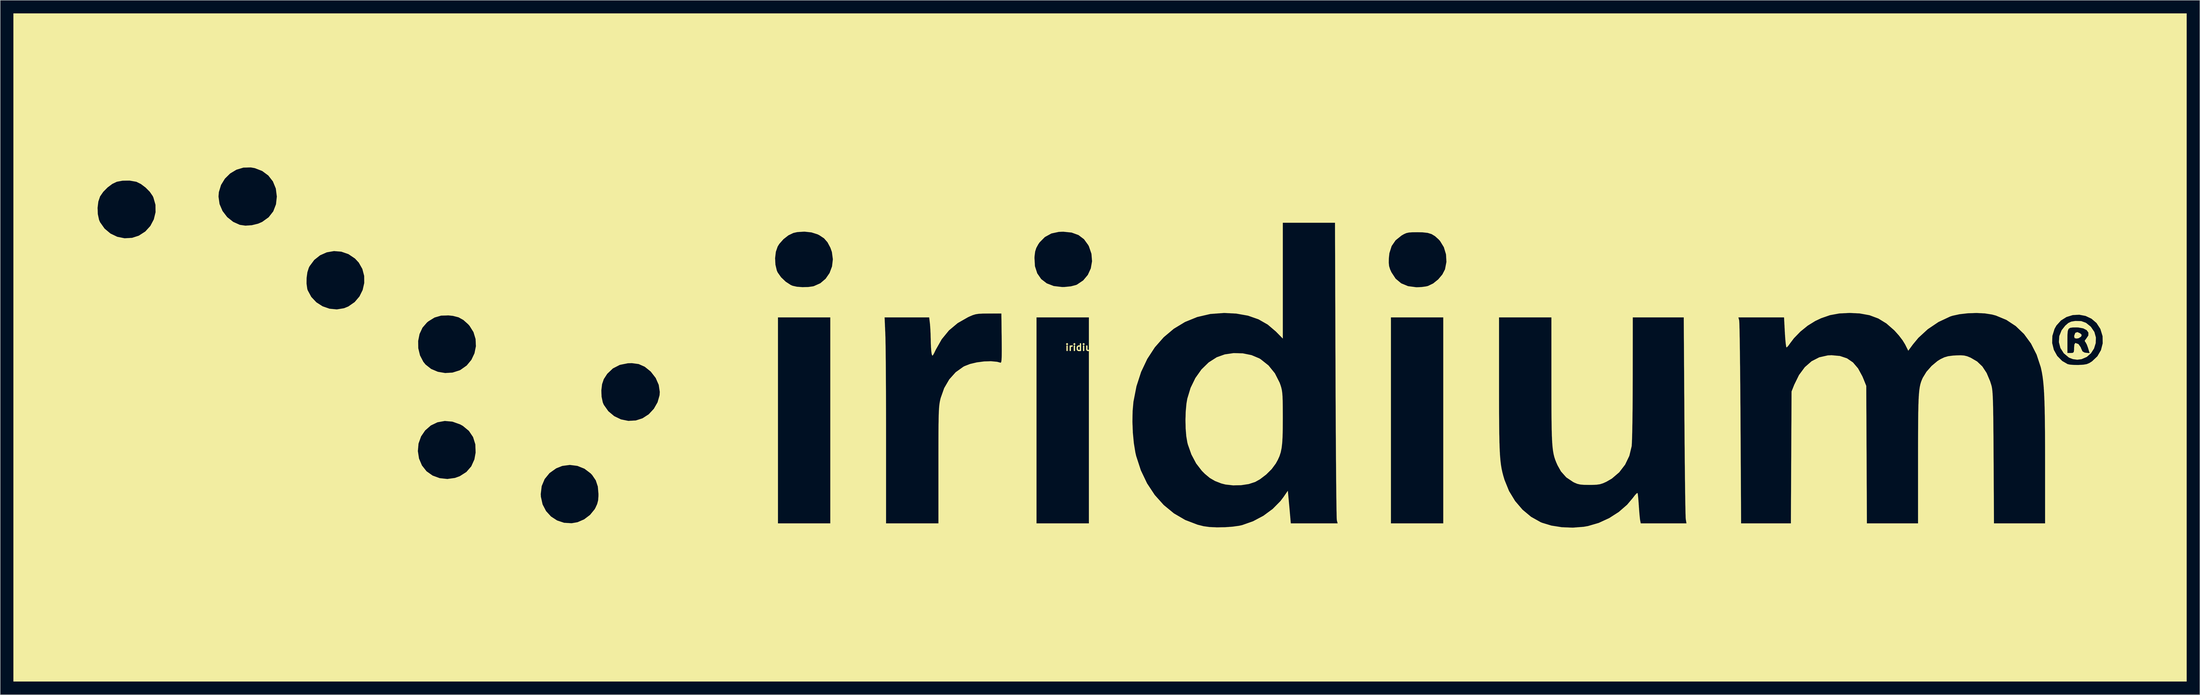
<source format=kicad_pcb>
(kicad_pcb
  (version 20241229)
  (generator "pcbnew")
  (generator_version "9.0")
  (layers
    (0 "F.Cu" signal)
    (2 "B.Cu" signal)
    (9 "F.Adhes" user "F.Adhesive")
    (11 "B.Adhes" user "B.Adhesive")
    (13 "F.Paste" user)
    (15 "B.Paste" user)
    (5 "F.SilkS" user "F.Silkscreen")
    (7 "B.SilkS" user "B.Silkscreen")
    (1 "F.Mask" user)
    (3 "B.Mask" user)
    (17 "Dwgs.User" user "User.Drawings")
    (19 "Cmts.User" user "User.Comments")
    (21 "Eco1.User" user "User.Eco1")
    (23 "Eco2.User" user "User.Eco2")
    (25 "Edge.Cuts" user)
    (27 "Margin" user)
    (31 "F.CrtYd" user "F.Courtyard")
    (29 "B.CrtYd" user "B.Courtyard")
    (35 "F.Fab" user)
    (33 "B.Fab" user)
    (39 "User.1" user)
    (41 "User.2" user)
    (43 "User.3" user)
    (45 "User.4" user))
  (footprint "iridium100dpi"
    (layer "F.Cu")
    (at 247.655 76.205)
    (property "Reference" "iridium100dpi" (at 0 0 0) (layer "F.SilkS") (effects (font (size 1.524 1.524) (thickness 0.3))))
    (attr through_hole)
    (fp_poly (pts (xy 223.388 -3.21) (xy 223.719 -2.881) (xy 223.635 -2.559) (xy 223.543 -2.44) (xy 223.033 -2.117) (xy 222.583 -2.032) (xy 222.14 -2.11) (xy 222.022 -2.449) (xy 222.043 -2.728) (xy 222.276 -3.327) (xy 222.748 -3.494) (xy 223.388 -3.21)) (stroke (width 0.01) (type solid)) (fill yes) (layer "F.SilkS"))
    (fp_poly (pts (xy 32.53 1.35) (xy 34.522 1.754) (xy 36.293 2.499) (xy 36.592 2.677) (xy 38.397 4.111) (xy 39.849 5.904) (xy 40.932 8.038) (xy 41.139 8.608) (xy 41.305 9.146) (xy 41.431 9.698) (xy 41.524 10.34) (xy 41.587 11.15) (xy 41.627 12.206) (xy 41.648 13.583) (xy 41.655 15.36) (xy 41.656 16.225) (xy 41.645 18.474) (xy 41.603 20.292) (xy 41.52 21.757) (xy 41.381 22.947) (xy 41.176 23.94) (xy 40.893 24.812) (xy 40.518 25.64) (xy 40.056 26.479) (xy 39.119 27.747) (xy 37.863 28.992) (xy 36.459 30.061) (xy 35.361 30.678) (xy 33.898 31.155) (xy 32.158 31.418) (xy 30.328 31.457) (xy 28.596 31.265) (xy 27.644 31.023) (xy 26.211 30.464) (xy 25.022 29.773) (xy 23.888 28.828) (xy 23.196 28.13) (xy 21.905 26.455) (xy 20.827 24.421) (xy 20.027 22.159) (xy 19.906 21.691) (xy 19.66 20.245) (xy 19.516 18.468) (xy 19.475 16.525) (xy 19.536 14.584) (xy 19.7 12.811) (xy 19.892 11.684) (xy 20.64 9.219) (xy 21.731 6.977) (xy 23.118 5.023) (xy 24.756 3.423) (xy 26.599 2.241) (xy 26.6 2.241) (xy 28.432 1.587) (xy 30.454 1.293) (xy 32.53 1.35)) (stroke (width 0.01) (type solid)) (fill yes) (layer "F.SilkS"))
    (fp_poly (pts (xy 223.629 -6.004) (xy 224.705 -5.612) (xy 225.718 -4.799) (xy 225.854 -4.658) (xy 226.618 -3.527) (xy 226.962 -2.275) (xy 226.923 -0.991) (xy 226.54 0.235) (xy 225.849 1.314) (xy 224.889 2.156) (xy 223.697 2.673) (xy 222.707 2.793) (xy 221.723 2.66) (xy 220.852 2.326) (xy 220.819 2.307) (xy 219.645 1.327) (xy 218.88 0.125) (xy 218.536 -1.209) (xy 218.567 -1.698) (xy 220.472 -1.698) (xy 220.472 -1.497) (xy 220.472 1.27) (xy 221.234 1.27) (xy 221.703 1.237) (xy 221.924 1.046) (xy 221.992 0.558) (xy 221.996 0.127) (xy 222.063 -0.67) (xy 222.26 -1.003) (xy 222.314 -1.012) (xy 222.99 -0.763) (xy 223.497 -0.047) (xy 223.627 0.296) (xy 223.913 0.902) (xy 224.36 1.166) (xy 224.719 1.222) (xy 225.537 1.301) (xy 225.176 0.102) (xy 224.908 -0.635) (xy 224.635 -1.156) (xy 224.519 -1.281) (xy 224.418 -1.544) (xy 224.748 -1.99) (xy 224.76 -2.002) (xy 225.245 -2.723) (xy 225.265 -3.389) (xy 224.863 -3.95) (xy 224.082 -4.356) (xy 222.963 -4.558) (xy 222.541 -4.572) (xy 221.673 -4.562) (xy 221.089 -4.477) (xy 220.734 -4.233) (xy 220.55 -3.744) (xy 220.482 -2.927) (xy 220.472 -1.698) (xy 218.567 -1.698) (xy 218.622 -2.585) (xy 219.149 -3.915) (xy 219.98 -4.968) (xy 220.68 -5.572) (xy 221.341 -5.886) (xy 222.222 -6.03) (xy 222.325 -6.039) (xy 223.629 -6.004)) (stroke (width 0.01) (type solid)) (fill yes) (layer "F.SilkS"))
    (fp_poly (pts (xy 247.65 76.2) (xy -247.65 76.2) (xy -247.65 33.439) (xy -127.468 33.439) (xy -127.437 34.058) (xy -127.047 35.812) (xy -126.255 37.33) (xy -125.129 38.566) (xy -123.738 39.472) (xy -122.149 40) (xy -120.431 40.104) (xy -119.081 39.87) (xy -117.573 39.218) (xy -116.226 38.199) (xy -115.191 36.933) (xy -115.008 36.61) (xy -114.599 35.714) (xy -114.383 34.88) (xy -114.309 33.868) (xy -114.306 33.435) (xy -114.454 31.725) (xy -114.918 30.32) (xy -115.745 29.098) (xy -116.1 28.719) (xy -117.501 27.66) (xy -119.113 27.014) (xy -120.833 26.796) (xy -122.556 27.021) (xy -123.943 27.571) (xy -125.468 28.657) (xy -126.578 30.023) (xy -127.252 31.63) (xy -127.468 33.439) (xy -247.65 33.439) (xy -247.65 23.645) (xy -155.476 23.645) (xy -155.211 25.348) (xy -154.545 26.92) (xy -153.496 28.251) (xy -153.494 28.253) (xy -152.109 29.232) (xy -150.492 29.822) (xy -148.757 30.007) (xy -147.016 29.77) (xy -145.913 29.371) (xy -144.414 28.415) (xy -143.3 27.133) (xy -142.584 25.546) (xy -142.302 23.988) (xy -142.37 22.101) (xy -142.886 20.44) (xy -143.835 19.031) (xy -145.201 17.901) (xy -145.834 17.547) (xy -147.591 16.921) (xy -149.336 16.768) (xy -151 17.065) (xy -152.515 17.792) (xy -153.811 18.927) (xy -154.739 20.29) (xy -155.325 21.922) (xy -155.476 23.645) (xy -247.65 23.645) (xy -247.65 9.785) (xy -113.66 9.785) (xy -113.606 11.239) (xy -113.33 12.54) (xy -113.102 13.081) (xy -112.064 14.55) (xy -110.729 15.672) (xy -109.181 16.418) (xy -107.507 16.756) (xy -105.791 16.659) (xy -104.267 16.166) (xy -102.856 15.254) (xy -101.688 14) (xy -100.84 12.519) (xy -100.386 10.926) (xy -100.33 10.16) (xy -100.573 8.53) (xy -101.269 6.951) (xy -102.365 5.538) (xy -102.457 5.446) (xy -103.765 4.396) (xy -105.138 3.788) (xy -106.705 3.575) (xy -107.625 3.605) (xy -109.451 3.974) (xy -111.02 4.78) (xy -112.312 6.009) (xy -113.101 7.226) (xy -113.492 8.38) (xy -113.66 9.785) (xy -247.65 9.785) (xy -247.65 -1.464) (xy -155.413 -1.464) (xy -155.38 0.2) (xy -154.988 1.814) (xy -154.232 3.271) (xy -153.719 3.906) (xy -152.452 4.906) (xy -150.922 5.557) (xy -149.248 5.84) (xy -147.552 5.736) (xy -145.955 5.227) (xy -145.766 5.133) (xy -144.34 4.126) (xy -143.268 2.832) (xy -142.562 1.337) (xy -142.239 -0.274) (xy -142.311 -1.916) (xy -142.793 -3.503) (xy -143.7 -4.95) (xy -144.025 -5.311) (xy -145.105 -6.273) (xy -146.162 -6.858) (xy -73.406 -6.858) (xy -73.406 40.132) (xy -61.468 40.132) (xy -61.468 -6.858) (xy -49.101 -6.858) (xy -48.935 -3.008) (xy -48.908 -2.126) (xy -48.882 -0.786) (xy -48.858 0.963) (xy -48.836 3.072) (xy -48.817 5.491) (xy -48.8 8.171) (xy -48.787 11.062) (xy -48.776 14.115) (xy -48.77 17.281) (xy -48.768 20.487) (xy -48.768 40.132) (xy -36.83 40.132) (xy -36.83 26.838) (xy -36.829 23.878) (xy -36.825 21.38) (xy -36.817 19.295) (xy -36.802 17.577) (xy -36.78 16.179) (xy -36.749 15.054) (xy -36.707 14.154) (xy -36.653 13.433) (xy -36.584 12.843) (xy -36.5 12.338) (xy -36.399 11.87) (xy -36.317 11.539) (xy -35.515 9.271) (xy -34.361 7.291) (xy -32.893 5.653) (xy -31.15 4.407) (xy -30.896 4.272) (xy -29.619 3.774) (xy -28.083 3.411) (xy -26.441 3.197) (xy -24.848 3.147) (xy -23.458 3.277) (xy -22.684 3.483) (xy -22.572 3.448) (xy -22.489 3.209) (xy -22.433 2.712) (xy -22.401 1.902) (xy -22.39 0.725) (xy -22.398 -0.872) (xy -22.411 -2.066) (xy -22.468 -6.858) (xy -14.478 -6.858) (xy -14.478 40.132) (xy -2.54 40.132) (xy -2.54 16.948) (xy 7.379 16.948) (xy 7.476 19.437) (xy 7.704 21.839) (xy 8.054 23.984) (xy 8.235 24.765) (xy 9.301 28.038) (xy 10.72 31.011) (xy 12.467 33.656) (xy 14.517 35.948) (xy 16.844 37.86) (xy 19.423 39.366) (xy 22.229 40.439) (xy 23.621 40.787) (xy 24.961 40.968) (xy 26.619 41.042) (xy 28.415 41.015) (xy 30.173 40.892) (xy 31.714 40.679) (xy 32.385 40.53) (xy 34.881 39.651) (xy 37.234 38.401) (xy 39.345 36.846) (xy 41.114 35.056) (xy 41.803 34.146) (xy 42.799 32.694) (xy 42.999 34.826) (xy 43.115 36.081) (xy 43.234 37.386) (xy 43.33 38.474) (xy 43.337 38.544) (xy 43.474 40.132) (xy 54.161 40.132) (xy 53.974 39.434) (xy 53.95 39.098) (xy 53.925 38.285) (xy 53.9 37.025) (xy 53.874 35.348) (xy 53.849 33.284) (xy 53.823 30.865) (xy 53.799 28.12) (xy 53.774 25.08) (xy 53.751 21.774) (xy 53.73 18.235) (xy 53.709 14.491) (xy 53.691 10.574) (xy 53.675 6.513) (xy 53.67 5.144) (xy 53.628 -6.858) (xy 66.294 -6.858) (xy 66.294 40.132) (xy 78.232 40.132) (xy 78.232 -6.858) (xy 90.932 -6.858) (xy 90.933 8.572) (xy 90.935 12.041) (xy 90.943 15.046) (xy 90.959 17.631) (xy 90.986 19.84) (xy 91.027 21.717) (xy 91.083 23.307) (xy 91.158 24.652) (xy 91.254 25.797) (xy 91.374 26.787) (xy 91.519 27.664) (xy 91.694 28.474) (xy 91.899 29.26) (xy 92.139 30.066) (xy 92.194 30.241) (xy 93.212 32.752) (xy 94.596 35.031) (xy 96.291 37.014) (xy 98.243 38.642) (xy 100.4 39.853) (xy 100.755 40.001) (xy 102.862 40.639) (xy 105.248 41.012) (xy 107.75 41.109) (xy 110.206 40.918) (xy 111.199 40.746) (xy 113.66 40.029) (xy 116.04 38.935) (xy 118.232 37.53) (xy 120.126 35.882) (xy 121.395 34.38) (xy 121.905 33.716) (xy 122.302 33.292) (xy 122.5 33.197) (xy 122.501 33.2) (xy 122.565 33.523) (xy 122.645 34.238) (xy 122.729 35.229) (xy 122.787 36.068) (xy 122.871 37.258) (xy 122.962 38.325) (xy 123.047 39.124) (xy 123.093 39.434) (xy 123.23 40.132) (xy 133.66 40.132) (xy 133.497 39.179) (xy 133.471 38.788) (xy 133.443 37.926) (xy 133.414 36.632) (xy 133.383 34.946) (xy 133.352 32.903) (xy 133.321 30.544) (xy 133.291 27.905) (xy 133.261 25.026) (xy 133.233 21.944) (xy 133.207 18.697) (xy 133.185 15.684) (xy 133.036 -6.858) (xy 145.483 -6.858) (xy 145.663 -6.16) (xy 145.69 -5.807) (xy 145.72 -4.983) (xy 145.751 -3.727) (xy 145.782 -2.074) (xy 145.813 -0.063) (xy 145.843 2.269) (xy 145.873 4.885) (xy 145.902 7.747) (xy 145.928 10.819) (xy 145.952 14.062) (xy 145.973 17.335) (xy 146.103 40.132) (xy 157.454 40.132) (xy 157.609 10.033) (xy 158.215 8.509) (xy 159.303 6.292) (xy 160.625 4.504) (xy 162.167 3.154) (xy 163.914 2.256) (xy 165.851 1.82) (xy 166.721 1.778) (xy 168.623 1.951) (xy 170.237 2.489) (xy 171.602 3.423) (xy 172.758 4.782) (xy 173.745 6.596) (xy 174.016 7.239) (xy 174.625 8.763) (xy 174.774 40.132) (xy 186.436 40.132) (xy 186.436 25.413) (xy 186.438 22.124) (xy 186.444 19.301) (xy 186.457 16.902) (xy 186.48 14.884) (xy 186.516 13.204) (xy 186.565 11.821) (xy 186.632 10.692) (xy 186.719 9.774) (xy 186.827 9.026) (xy 186.96 8.406) (xy 187.12 7.87) (xy 187.309 7.376) (xy 187.515 6.914) (xy 188.357 5.543) (xy 189.527 4.216) (xy 190.861 3.102) (xy 191.551 2.672) (xy 192.421 2.257) (xy 193.28 2.006) (xy 194.337 1.868) (xy 194.979 1.826) (xy 196.105 1.79) (xy 196.922 1.844) (xy 197.623 2.016) (xy 198.405 2.336) (xy 198.428 2.347) (xy 199.893 3.205) (xy 201.086 4.342) (xy 202.057 5.822) (xy 202.854 7.709) (xy 203.131 8.582) (xy 203.223 8.938) (xy 203.301 9.37) (xy 203.368 9.919) (xy 203.424 10.625) (xy 203.471 11.531) (xy 203.511 12.677) (xy 203.544 14.105) (xy 203.572 15.855) (xy 203.596 17.97) (xy 203.617 20.49) (xy 203.637 23.457) (xy 203.647 25.082) (xy 203.734 40.132) (xy 215.392 40.132) (xy 215.388 26.226) (xy 215.383 22.588) (xy 215.367 19.415) (xy 215.34 16.665) (xy 215.3 14.295) (xy 215.243 12.264) (xy 215.169 10.527) (xy 215.076 9.042) (xy 214.961 7.768) (xy 214.822 6.661) (xy 214.658 5.678) (xy 214.466 4.778) (xy 214.384 4.445) (xy 213.453 1.625) (xy 212.177 -0.889) (xy 212.097 -0.999) (xy 216.996 -0.999) (xy 217.377 0.554) (xy 218.148 1.945) (xy 219.276 3.087) (xy 220.523 3.81) (xy 221.057 3.923) (xy 221.921 3.99) (xy 222.939 3.999) (xy 223.055 3.996) (xy 224.125 3.938) (xy 224.871 3.809) (xy 225.478 3.562) (xy 226.092 3.17) (xy 227.302 2.027) (xy 228.12 0.627) (xy 228.523 -0.942) (xy 228.488 -2.587) (xy 227.991 -4.219) (xy 227.981 -4.239) (xy 227.107 -5.58) (xy 225.955 -6.565) (xy 224.61 -7.195) (xy 223.157 -7.469) (xy 221.682 -7.387) (xy 220.268 -6.949) (xy 219.002 -6.156) (xy 217.967 -5.007) (xy 217.535 -4.239) (xy 217.038 -2.626) (xy 216.996 -0.999) (xy 212.097 -0.999) (xy 210.583 -3.067) (xy 208.699 -4.878) (xy 206.555 -6.291) (xy 204.179 -7.275) (xy 203.298 -7.513) (xy 201.651 -7.771) (xy 199.754 -7.864) (xy 197.777 -7.798) (xy 195.889 -7.583) (xy 194.259 -7.226) (xy 193.741 -7.055) (xy 191.094 -5.813) (xy 188.649 -4.167) (xy 186.502 -2.191) (xy 185.274 -0.709) (xy 184.203 0.746) (xy 183.478 -0.705) (xy 182.905 -1.639) (xy 182.072 -2.729) (xy 181.11 -3.805) (xy 180.975 -3.943) (xy 179.222 -5.476) (xy 177.386 -6.602) (xy 175.377 -7.353) (xy 173.108 -7.765) (xy 170.841 -7.874) (xy 168.468 -7.755) (xy 166.364 -7.368) (xy 164.342 -6.67) (xy 162.991 -6.031) (xy 161.273 -4.966) (xy 159.602 -3.607) (xy 158.143 -2.101) (xy 157.333 -1.031) (xy 156.899 -0.431) (xy 156.56 -0.059) (xy 156.456 0) (xy 156.373 -0.238) (xy 156.278 -0.892) (xy 156.183 -1.868) (xy 156.098 -3.075) (xy 156.078 -3.429) (xy 155.895 -6.858) (xy 145.483 -6.858) (xy 133.036 -6.858) (xy 121.412 -6.858) (xy 121.404 6.921) (xy 121.398 9.586) (xy 121.384 12.15) (xy 121.363 14.558) (xy 121.335 16.756) (xy 121.302 18.688) (xy 121.264 20.299) (xy 121.222 21.536) (xy 121.177 22.344) (xy 121.157 22.545) (xy 120.63 24.726) (xy 119.668 26.73) (xy 118.323 28.483) (xy 116.647 29.913) (xy 115.404 30.633) (xy 114.622 30.984) (xy 113.928 31.199) (xy 113.149 31.311) (xy 112.114 31.351) (xy 111.506 31.354) (xy 110.301 31.337) (xy 109.443 31.265) (xy 108.773 31.11) (xy 108.131 30.843) (xy 107.823 30.686) (xy 106.26 29.633) (xy 105.052 28.276) (xy 104.272 26.882) (xy 103.99 26.248) (xy 103.75 25.643) (xy 103.546 25.023) (xy 103.377 24.344) (xy 103.239 23.561) (xy 103.129 22.632) (xy 103.044 21.512) (xy 102.98 20.157) (xy 102.935 18.524) (xy 102.905 16.567) (xy 102.887 14.245) (xy 102.878 11.512) (xy 102.875 8.324) (xy 102.874 7.556) (xy 102.87 -6.858) (xy 90.932 -6.858) (xy 78.232 -6.858) (xy 66.294 -6.858) (xy 53.628 -6.858) (xy 53.585 -19.33) (xy 65.799 -19.33) (xy 65.88 -18.539) (xy 66.107 -17.81) (xy 66.413 -17.139) (xy 67.374 -15.677) (xy 68.633 -14.625) (xy 70.194 -13.977) (xy 72.066 -13.73) (xy 72.234 -13.727) (xy 73.267 -13.775) (xy 74.271 -13.91) (xy 74.736 -14.018) (xy 75.922 -14.589) (xy 77.066 -15.51) (xy 78.017 -16.635) (xy 78.626 -17.818) (xy 78.627 -17.823) (xy 78.952 -19.52) (xy 78.853 -21.245) (xy 78.358 -22.876) (xy 77.494 -24.287) (xy 77.152 -24.663) (xy 76.349 -25.384) (xy 75.567 -25.859) (xy 74.666 -26.136) (xy 73.507 -26.263) (xy 72.371 -26.287) (xy 71.207 -26.276) (xy 70.399 -26.22) (xy 69.797 -26.087) (xy 69.25 -25.846) (xy 68.695 -25.52) (xy 67.367 -24.452) (xy 66.459 -23.131) (xy 65.948 -21.517) (xy 65.825 -20.404) (xy 65.799 -19.33) (xy 53.585 -19.33) (xy 53.554 -28.448) (xy 41.656 -28.448) (xy 41.656 -2.028) (xy 40.069 -3.643) (xy 38.216 -5.221) (xy 36.117 -6.419) (xy 33.735 -7.251) (xy 31.034 -7.73) (xy 28.298 -7.87) (xy 25.133 -7.637) (xy 22.149 -6.944) (xy 19.37 -5.815) (xy 16.818 -4.272) (xy 14.518 -2.337) (xy 12.493 -0.035) (xy 10.766 2.612) (xy 9.361 5.581) (xy 8.302 8.849) (xy 7.612 12.387) (xy 7.421 14.542) (xy 7.379 16.948) (xy -2.54 16.948) (xy -2.54 -6.858) (xy -14.478 -6.858) (xy -22.468 -6.858) (xy -22.479 -7.747) (xy -25.4 -7.74) (xy -26.694 -7.728) (xy -27.625 -7.682) (xy -28.341 -7.575) (xy -28.987 -7.383) (xy -29.709 -7.079) (xy -30.083 -6.905) (xy -32.437 -5.561) (xy -34.424 -3.897) (xy -36.083 -1.87) (xy -37.432 0.508) (xy -37.838 1.349) (xy -38.085 1.781) (xy -38.229 1.858) (xy -38.327 1.632) (xy -38.382 1.397) (xy -38.459 0.806) (xy -38.525 -0.131) (xy -38.57 -1.253) (xy -38.58 -1.778) (xy -38.613 -3.026) (xy -38.671 -4.257) (xy -38.745 -5.262) (xy -38.773 -5.524) (xy -38.933 -6.858) (xy -49.101 -6.858) (xy -61.468 -6.858) (xy -73.406 -6.858) (xy -146.162 -6.858) (xy -146.199 -6.878) (xy -147.487 -7.208) (xy -148.484 -7.311) (xy -150.191 -7.26) (xy -151.664 -6.83) (xy -153.056 -5.972) (xy -153.389 -5.702) (xy -154.414 -4.521) (xy -155.09 -3.073) (xy -155.413 -1.464) (xy -247.65 -1.464) (xy -247.65 -14.522) (xy -180.842 -14.522) (xy -180.68 -13.359) (xy -180.58 -13.034) (xy -179.761 -11.518) (xy -178.601 -10.288) (xy -177.187 -9.381) (xy -175.607 -8.83) (xy -173.949 -8.672) (xy -172.301 -8.941) (xy -171.316 -9.342) (xy -169.875 -10.341) (xy -168.782 -11.623) (xy -168.048 -13.105) (xy -167.686 -14.702) (xy -167.706 -16.334) (xy -168.12 -17.914) (xy -168.939 -19.362) (xy -169.804 -20.29) (xy -169.928 -20.374) (xy -74.058 -20.374) (xy -73.985 -18.885) (xy -73.669 -17.555) (xy -73.467 -17.099) (xy -72.688 -15.996) (xy -71.633 -14.99) (xy -70.485 -14.243) (xy -70.069 -14.064) (xy -69.098 -13.847) (xy -67.852 -13.751) (xy -66.552 -13.778) (xy -65.419 -13.932) (xy -65.221 -13.982) (xy -63.748 -14.637) (xy -62.542 -15.661) (xy -61.639 -16.97) (xy -61.075 -18.481) (xy -60.885 -20.11) (xy -60.927 -20.426) (xy -14.946 -20.426) (xy -14.835 -18.52) (xy -14.314 -16.9) (xy -13.409 -15.59) (xy -12.145 -14.616) (xy -10.55 -14.004) (xy -8.65 -13.78) (xy -8.128 -13.787) (xy -6.631 -13.936) (xy -5.466 -14.241) (xy -5.241 -14.34) (xy -3.836 -15.286) (xy -2.782 -16.541) (xy -2.101 -18.024) (xy -1.816 -19.655) (xy -1.949 -21.355) (xy -2.524 -23.043) (xy -2.684 -23.354) (xy -3.657 -24.695) (xy -4.912 -25.644) (xy -6.472 -26.21) (xy -8.36 -26.404) (xy -9.386 -26.368) (xy -11.085 -26.003) (xy -12.57 -25.19) (xy -13.779 -23.967) (xy -14.087 -23.513) (xy -14.532 -22.693) (xy -14.788 -21.892) (xy -14.918 -20.888) (xy -14.946 -20.426) (xy -60.927 -20.426) (xy -61.106 -21.773) (xy -61.449 -22.748) (xy -62.113 -23.996) (xy -62.9 -24.894) (xy -63.962 -25.599) (xy -64.389 -25.812) (xy -65.768 -26.248) (xy -67.375 -26.421) (xy -68.994 -26.32) (xy -69.886 -26.121) (xy -71.021 -25.579) (xy -72.147 -24.699) (xy -73.096 -23.626) (xy -73.472 -23.023) (xy -73.887 -21.821) (xy -74.058 -20.374) (xy -169.928 -20.374) (xy -171.298 -21.294) (xy -172.92 -21.853) (xy -174.591 -21.984) (xy -176.229 -21.703) (xy -177.754 -21.026) (xy -179.084 -19.969) (xy -180.14 -18.548) (xy -180.327 -18.187) (xy -180.655 -17.155) (xy -180.831 -15.86) (xy -180.842 -14.522) (xy -247.65 -14.522) (xy -247.65 -31.866) (xy -228.469 -31.866) (xy -228.414 -30.406) (xy -228.133 -29.1) (xy -227.91 -28.575) (xy -226.872 -27.106) (xy -225.537 -25.984) (xy -223.989 -25.238) (xy -222.315 -24.9) (xy -220.599 -24.997) (xy -219.075 -25.49) (xy -217.591 -26.442) (xy -216.438 -27.71) (xy -215.646 -29.209) (xy -215.246 -30.849) (xy -215.268 -32.546) (xy -215.743 -34.211) (xy -215.837 -34.411) (xy -200.914 -34.411) (xy -200.671 -32.701) (xy -199.987 -31.112) (xy -198.927 -29.728) (xy -197.557 -28.639) (xy -196.053 -27.962) (xy -194.789 -27.778) (xy -193.329 -27.875) (xy -191.881 -28.228) (xy -190.95 -28.631) (xy -189.478 -29.69) (xy -188.427 -31.032) (xy -187.802 -32.648) (xy -187.608 -34.417) (xy -187.841 -36.256) (xy -188.506 -37.878) (xy -189.558 -39.229) (xy -190.947 -40.255) (xy -192.626 -40.904) (xy -193.525 -41.066) (xy -195.227 -41.027) (xy -196.829 -40.545) (xy -198.261 -39.683) (xy -199.451 -38.504) (xy -200.33 -37.071) (xy -200.828 -35.448) (xy -200.914 -34.411) (xy -215.837 -34.411) (xy -215.903 -34.55) (xy -216.571 -35.518) (xy -217.52 -36.475) (xy -218.583 -37.277) (xy -219.595 -37.781) (xy -219.661 -37.801) (xy -221.149 -38.061) (xy -222.768 -38.045) (xy -224.077 -37.801) (xy -225.107 -37.31) (xy -226.192 -36.497) (xy -227.173 -35.502) (xy -227.891 -34.464) (xy -227.899 -34.45) (xy -228.297 -33.281) (xy -228.469 -31.866) (xy -247.65 -31.866) (xy -247.65 -76.2) (xy 247.65 -76.2) (xy 247.65 76.2)) (stroke (width 0.01) (type solid)) (fill yes) (layer "F.SilkS")))
  (gr_rect
    (start -3 -3)
    (end 498.31 155.41)
    (stroke (width 0.1) (type default))
    (fill no)
    (layer "Edge.Cuts")))
</source>
